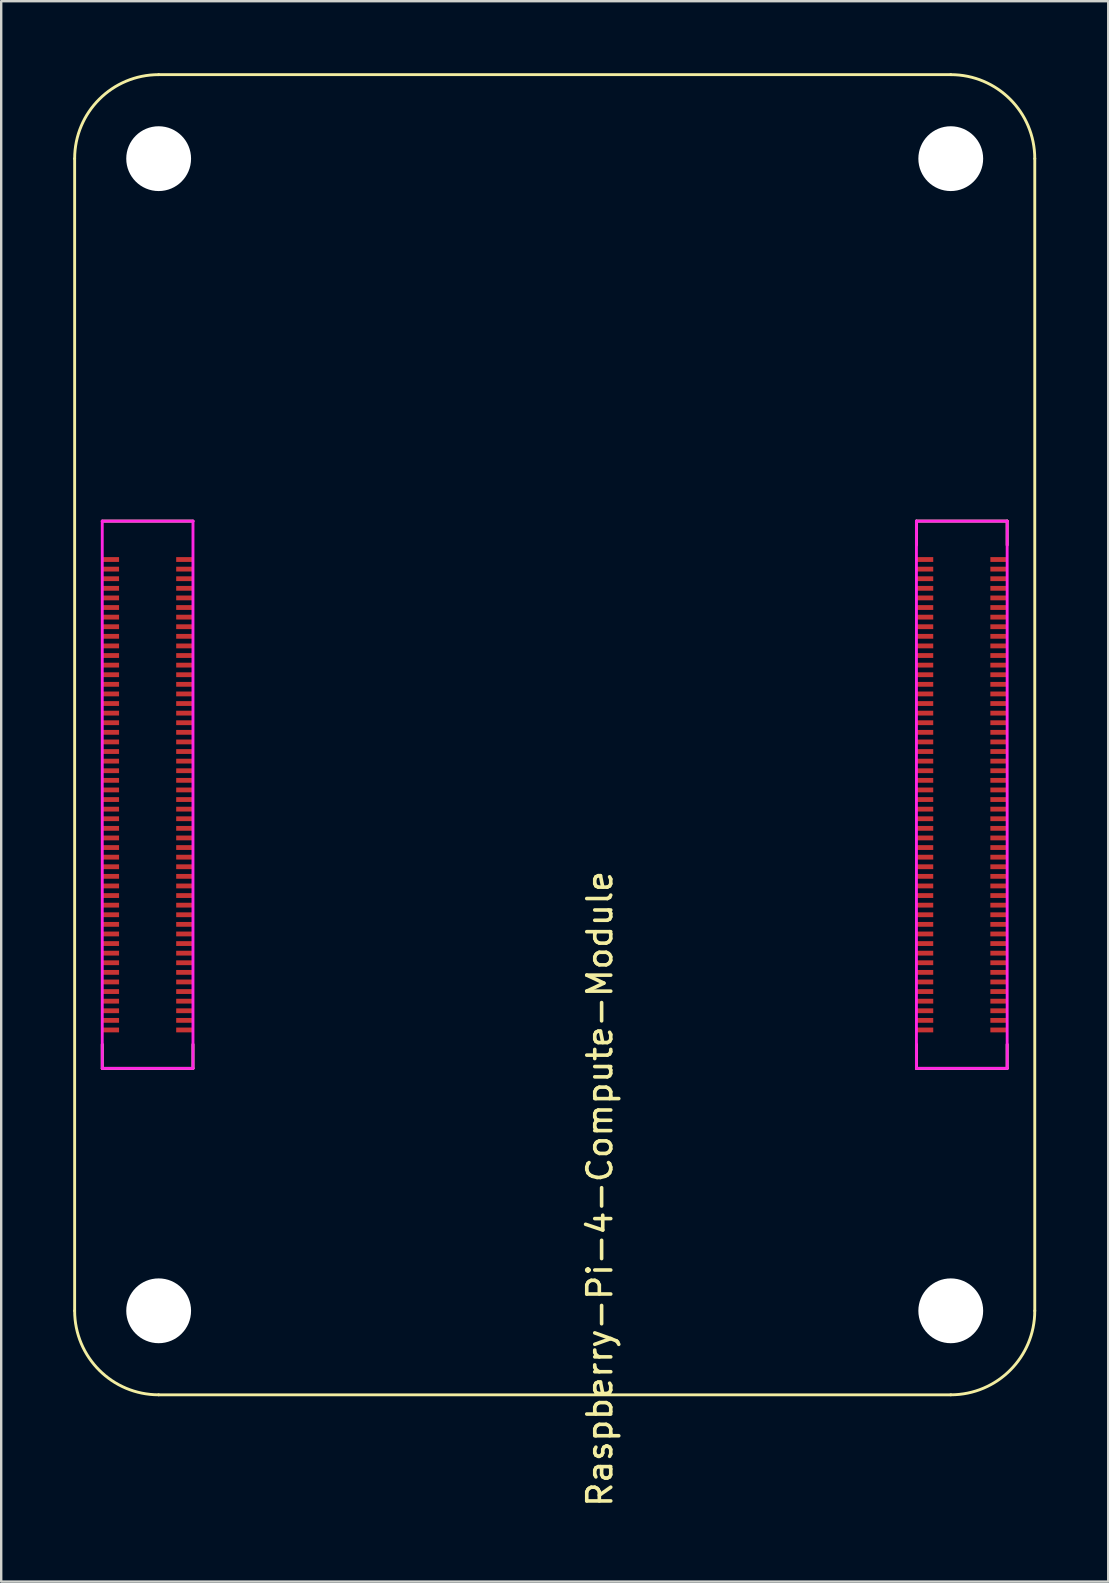
<source format=kicad_pcb>
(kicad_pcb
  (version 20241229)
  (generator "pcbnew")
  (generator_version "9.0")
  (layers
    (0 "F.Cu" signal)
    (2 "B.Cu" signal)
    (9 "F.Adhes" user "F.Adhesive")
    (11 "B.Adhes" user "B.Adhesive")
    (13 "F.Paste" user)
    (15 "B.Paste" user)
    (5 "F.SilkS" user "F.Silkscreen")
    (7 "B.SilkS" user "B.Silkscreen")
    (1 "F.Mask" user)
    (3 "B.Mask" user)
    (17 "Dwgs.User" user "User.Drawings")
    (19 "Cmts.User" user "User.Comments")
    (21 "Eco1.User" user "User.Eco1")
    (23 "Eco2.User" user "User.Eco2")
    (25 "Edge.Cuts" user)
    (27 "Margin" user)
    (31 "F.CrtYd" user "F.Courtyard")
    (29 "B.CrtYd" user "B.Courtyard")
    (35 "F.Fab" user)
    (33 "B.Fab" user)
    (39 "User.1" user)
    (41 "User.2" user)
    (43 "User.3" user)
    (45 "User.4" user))
  (footprint "Raspberry-Pi-4-Compute-Module"
    (layer "F.Cu")
    (at 3.56 51.56)
    (property "Reference" "Raspberry-Pi-4-Compute-Module" (at 18.38 -5.08 270) (layer "F.SilkS") (effects (font (size 1 1) (thickness 0.15))))
    (attr smd)
    (fp_line (start -3.5 -48) (end -3.5 0) (stroke (width 0.12) (type solid)) (layer "F.SilkS"))
    (fp_line (start -2.35 -32.9) (end 1.43 -32.9) (stroke (width 0.12) (type solid)) (layer "F.SilkS"))
    (fp_line (start -2.35 -10.1) (end -2.35 -11.1) (stroke (width 0.12) (type solid)) (layer "F.SilkS"))
    (fp_line (start -2.35 -10.1) (end 1.43 -10.1) (stroke (width 0.12) (type solid)) (layer "F.SilkS"))
    (fp_line (start 0 3.5) (end 33 3.5) (stroke (width 0.12) (type solid)) (layer "F.SilkS"))
    (fp_line (start 1.43 -10.1) (end 1.43 -11.1) (stroke (width 0.12) (type solid)) (layer "F.SilkS"))
    (fp_line (start 31.57 -32.9) (end 31.57 -31.9) (stroke (width 0.12) (type solid)) (layer "F.SilkS"))
    (fp_line (start 31.57 -32.9) (end 35.35 -32.9) (stroke (width 0.12) (type solid)) (layer "F.SilkS"))
    (fp_line (start 31.57 -10.1) (end 31.57 -11.1) (stroke (width 0.12) (type solid)) (layer "F.SilkS"))
    (fp_line (start 31.57 -10.1) (end 35.35 -10.1) (stroke (width 0.12) (type solid)) (layer "F.SilkS"))
    (fp_line (start 33 -51.5) (end 0 -51.5) (stroke (width 0.12) (type solid)) (layer "F.SilkS"))
    (fp_line (start 35.35 -32.9) (end 35.35 -31.9) (stroke (width 0.12) (type solid)) (layer "F.SilkS"))
    (fp_line (start 35.35 -10.1) (end 35.35 -11.1) (stroke (width 0.12) (type solid)) (layer "F.SilkS"))
    (fp_line (start 36.5 0) (end 36.5 -48) (stroke (width 0.12) (type solid)) (layer "F.SilkS"))
    (fp_arc (start -3.5 -48) (mid -2.474874 -50.474874) (end 0 -51.5) (stroke (width 0.12) (type solid)) (layer "F.SilkS"))
    (fp_arc (start 0 3.5) (mid -2.474874 2.474874) (end -3.5 0) (stroke (width 0.12) (type solid)) (layer "F.SilkS"))
    (fp_arc (start 33 -51.5) (mid 35.474874 -50.474874) (end 36.5 -48) (stroke (width 0.12) (type solid)) (layer "F.SilkS"))
    (fp_arc (start 36.5 0) (mid 35.474874 2.474874) (end 33 3.5) (stroke (width 0.12) (type solid)) (layer "F.SilkS"))
    (fp_line (start -2.35 -32.9) (end 1.43 -32.9) (stroke (width 0.12) (type solid)) (layer "F.CrtYd"))
    (fp_line (start -2.35 -10.1) (end -2.35 -32.9) (stroke (width 0.12) (type solid)) (layer "F.CrtYd"))
    (fp_line (start 1.43 -32.9) (end 1.43 -10.1) (stroke (width 0.12) (type solid)) (layer "F.CrtYd"))
    (fp_line (start 1.43 -10.1) (end -2.35 -10.1) (stroke (width 0.12) (type solid)) (layer "F.CrtYd"))
    (fp_line (start 31.57 -32.9) (end 35.35 -32.9) (stroke (width 0.12) (type solid)) (layer "F.CrtYd"))
    (fp_line (start 31.57 -10.1) (end 31.57 -32.9) (stroke (width 0.12) (type solid)) (layer "F.CrtYd"))
    (fp_line (start 35.35 -32.9) (end 35.35 -10.1) (stroke (width 0.12) (type solid)) (layer "F.CrtYd"))
    (fp_line (start 35.35 -10.1) (end 31.57 -10.1) (stroke (width 0.12) (type solid)) (layer "F.CrtYd"))
    (fp_line (start 15.5 -24) (end 17.5 -24) (stroke (width 0.12) (type solid)) (layer "User.1"))
    (fp_line (start 16.5 -25) (end 16.5 -23) (stroke (width 0.12) (type solid)) (layer "User.1"))
    (pad "" np_thru_hole circle (at 0 -48) (size 2.7 2.7) (drill 2.7) (layers "*.Cu" "*.Mask"))
    (pad "" np_thru_hole circle (at 0 0) (size 2.7 2.7) (drill 2.7) (layers "*.Cu" "*.Mask"))
    (pad "" np_thru_hole circle (at 33 -48) (size 2.7 2.7) (drill 2.7) (layers "*.Cu" "*.Mask"))
    (pad "" np_thru_hole circle (at 33 0) (size 2.7 2.7) (drill 2.7) (layers "*.Cu" "*.Mask"))
    (pad "1" smd rect (at -2 -31.3 270) (size 0.2 0.7) (layers "F.Cu" "F.Mask" "F.Paste"))
    (pad "2" smd rect (at 1.08 -31.3 270) (size 0.2 0.7) (layers "F.Cu" "F.Mask" "F.Paste"))
    (pad "3" smd rect (at -2 -30.9 270) (size 0.2 0.7) (layers "F.Cu" "F.Mask" "F.Paste"))
    (pad "4" smd rect (at 1.08 -30.9 270) (size 0.2 0.7) (layers "F.Cu" "F.Mask" "F.Paste"))
    (pad "5" smd rect (at -2 -30.5 270) (size 0.2 0.7) (layers "F.Cu" "F.Mask" "F.Paste"))
    (pad "6" smd rect (at 1.08 -30.5 270) (size 0.2 0.7) (layers "F.Cu" "F.Mask" "F.Paste"))
    (pad "7" smd rect (at -2 -30.1 270) (size 0.2 0.7) (layers "F.Cu" "F.Mask" "F.Paste"))
    (pad "8" smd rect (at 1.08 -30.1 270) (size 0.2 0.7) (layers "F.Cu" "F.Mask" "F.Paste"))
    (pad "9" smd rect (at -2 -29.7 270) (size 0.2 0.7) (layers "F.Cu" "F.Mask" "F.Paste"))
    (pad "10" smd rect (at 1.08 -29.7 270) (size 0.2 0.7) (layers "F.Cu" "F.Mask" "F.Paste"))
    (pad "11" smd rect (at -2 -29.3 270) (size 0.2 0.7) (layers "F.Cu" "F.Mask" "F.Paste"))
    (pad "12" smd rect (at 1.08 -29.3 270) (size 0.2 0.7) (layers "F.Cu" "F.Mask" "F.Paste"))
    (pad "13" smd rect (at -2 -28.9 270) (size 0.2 0.7) (layers "F.Cu" "F.Mask" "F.Paste"))
    (pad "14" smd rect (at 1.08 -28.9 270) (size 0.2 0.7) (layers "F.Cu" "F.Mask" "F.Paste"))
    (pad "15" smd rect (at -2 -28.5 270) (size 0.2 0.7) (layers "F.Cu" "F.Mask" "F.Paste"))
    (pad "16" smd rect (at 1.08 -28.5 270) (size 0.2 0.7) (layers "F.Cu" "F.Mask" "F.Paste"))
    (pad "17" smd rect (at -2 -28.1 270) (size 0.2 0.7) (layers "F.Cu" "F.Mask" "F.Paste"))
    (pad "18" smd rect (at 1.08 -28.1 270) (size 0.2 0.7) (layers "F.Cu" "F.Mask" "F.Paste"))
    (pad "19" smd rect (at -2 -27.7 270) (size 0.2 0.7) (layers "F.Cu" "F.Mask" "F.Paste"))
    (pad "20" smd rect (at 1.08 -27.7 270) (size 0.2 0.7) (layers "F.Cu" "F.Mask" "F.Paste"))
    (pad "21" smd rect (at -2 -27.3 270) (size 0.2 0.7) (layers "F.Cu" "F.Mask" "F.Paste"))
    (pad "22" smd rect (at 1.08 -27.3 270) (size 0.2 0.7) (layers "F.Cu" "F.Mask" "F.Paste"))
    (pad "23" smd rect (at -2 -26.9 270) (size 0.2 0.7) (layers "F.Cu" "F.Mask" "F.Paste"))
    (pad "24" smd rect (at 1.08 -26.9 270) (size 0.2 0.7) (layers "F.Cu" "F.Mask" "F.Paste"))
    (pad "25" smd rect (at -2 -26.5 270) (size 0.2 0.7) (layers "F.Cu" "F.Mask" "F.Paste"))
    (pad "26" smd rect (at 1.08 -26.5 270) (size 0.2 0.7) (layers "F.Cu" "F.Mask" "F.Paste"))
    (pad "27" smd rect (at -2 -26.1 270) (size 0.2 0.7) (layers "F.Cu" "F.Mask" "F.Paste"))
    (pad "28" smd rect (at 1.08 -26.1 270) (size 0.2 0.7) (layers "F.Cu" "F.Mask" "F.Paste"))
    (pad "29" smd rect (at -2 -25.7 270) (size 0.2 0.7) (layers "F.Cu" "F.Mask" "F.Paste"))
    (pad "30" smd rect (at 1.08 -25.7 270) (size 0.2 0.7) (layers "F.Cu" "F.Mask" "F.Paste"))
    (pad "31" smd rect (at -2 -25.3 270) (size 0.2 0.7) (layers "F.Cu" "F.Mask" "F.Paste"))
    (pad "32" smd rect (at 1.08 -25.3 270) (size 0.2 0.7) (layers "F.Cu" "F.Mask" "F.Paste"))
    (pad "33" smd rect (at -2 -24.9 270) (size 0.2 0.7) (layers "F.Cu" "F.Mask" "F.Paste"))
    (pad "34" smd rect (at 1.08 -24.9 270) (size 0.2 0.7) (layers "F.Cu" "F.Mask" "F.Paste"))
    (pad "35" smd rect (at -2 -24.5 270) (size 0.2 0.7) (layers "F.Cu" "F.Mask" "F.Paste"))
    (pad "36" smd rect (at 1.08 -24.5 270) (size 0.2 0.7) (layers "F.Cu" "F.Mask" "F.Paste"))
    (pad "37" smd rect (at -2 -24.1 270) (size 0.2 0.7) (layers "F.Cu" "F.Mask" "F.Paste"))
    (pad "38" smd rect (at 1.08 -24.1 270) (size 0.2 0.7) (layers "F.Cu" "F.Mask" "F.Paste"))
    (pad "39" smd rect (at -2 -23.7 270) (size 0.2 0.7) (layers "F.Cu" "F.Mask" "F.Paste"))
    (pad "40" smd rect (at 1.08 -23.7 270) (size 0.2 0.7) (layers "F.Cu" "F.Mask" "F.Paste"))
    (pad "41" smd rect (at -2 -23.3 270) (size 0.2 0.7) (layers "F.Cu" "F.Mask" "F.Paste"))
    (pad "42" smd rect (at 1.08 -23.3 270) (size 0.2 0.7) (layers "F.Cu" "F.Mask" "F.Paste"))
    (pad "43" smd rect (at -2 -22.9 270) (size 0.2 0.7) (layers "F.Cu" "F.Mask" "F.Paste"))
    (pad "44" smd rect (at 1.08 -22.9 270) (size 0.2 0.7) (layers "F.Cu" "F.Mask" "F.Paste"))
    (pad "45" smd rect (at -2 -22.5 270) (size 0.2 0.7) (layers "F.Cu" "F.Mask" "F.Paste"))
    (pad "46" smd rect (at 1.08 -22.5 270) (size 0.2 0.7) (layers "F.Cu" "F.Mask" "F.Paste"))
    (pad "47" smd rect (at -2 -22.1 270) (size 0.2 0.7) (layers "F.Cu" "F.Mask" "F.Paste"))
    (pad "48" smd rect (at 1.08 -22.1 270) (size 0.2 0.7) (layers "F.Cu" "F.Mask" "F.Paste"))
    (pad "49" smd rect (at -2 -21.7 270) (size 0.2 0.7) (layers "F.Cu" "F.Mask" "F.Paste"))
    (pad "50" smd rect (at 1.08 -21.7 270) (size 0.2 0.7) (layers "F.Cu" "F.Mask" "F.Paste"))
    (pad "51" smd rect (at -2 -21.3 270) (size 0.2 0.7) (layers "F.Cu" "F.Mask" "F.Paste"))
    (pad "52" smd rect (at 1.08 -21.3 270) (size 0.2 0.7) (layers "F.Cu" "F.Mask" "F.Paste"))
    (pad "53" smd rect (at -2 -20.9 270) (size 0.2 0.7) (layers "F.Cu" "F.Mask" "F.Paste"))
    (pad "54" smd rect (at 1.08 -20.9 270) (size 0.2 0.7) (layers "F.Cu" "F.Mask" "F.Paste"))
    (pad "55" smd rect (at -2 -20.5 270) (size 0.2 0.7) (layers "F.Cu" "F.Mask" "F.Paste"))
    (pad "56" smd rect (at 1.08 -20.5 270) (size 0.2 0.7) (layers "F.Cu" "F.Mask" "F.Paste"))
    (pad "57" smd rect (at -2 -20.1 270) (size 0.2 0.7) (layers "F.Cu" "F.Mask" "F.Paste"))
    (pad "58" smd rect (at 1.08 -20.1 270) (size 0.2 0.7) (layers "F.Cu" "F.Mask" "F.Paste"))
    (pad "59" smd rect (at -2 -19.7 270) (size 0.2 0.7) (layers "F.Cu" "F.Mask" "F.Paste"))
    (pad "60" smd rect (at 1.08 -19.7 270) (size 0.2 0.7) (layers "F.Cu" "F.Mask" "F.Paste"))
    (pad "61" smd rect (at -2 -19.3 270) (size 0.2 0.7) (layers "F.Cu" "F.Mask" "F.Paste"))
    (pad "62" smd rect (at 1.08 -19.3 270) (size 0.2 0.7) (layers "F.Cu" "F.Mask" "F.Paste"))
    (pad "63" smd rect (at -2 -18.9 270) (size 0.2 0.7) (layers "F.Cu" "F.Mask" "F.Paste"))
    (pad "64" smd rect (at 1.08 -18.9 270) (size 0.2 0.7) (layers "F.Cu" "F.Mask" "F.Paste"))
    (pad "65" smd rect (at -2 -18.5 270) (size 0.2 0.7) (layers "F.Cu" "F.Mask" "F.Paste"))
    (pad "66" smd rect (at 1.08 -18.5 270) (size 0.2 0.7) (layers "F.Cu" "F.Mask" "F.Paste"))
    (pad "67" smd rect (at -2 -18.1 270) (size 0.2 0.7) (layers "F.Cu" "F.Mask" "F.Paste"))
    (pad "68" smd rect (at 1.08 -18.1 270) (size 0.2 0.7) (layers "F.Cu" "F.Mask" "F.Paste"))
    (pad "69" smd rect (at -2 -17.7 270) (size 0.2 0.7) (layers "F.Cu" "F.Mask" "F.Paste"))
    (pad "70" smd rect (at 1.08 -17.7 270) (size 0.2 0.7) (layers "F.Cu" "F.Mask" "F.Paste"))
    (pad "71" smd rect (at -2 -17.3 270) (size 0.2 0.7) (layers "F.Cu" "F.Mask" "F.Paste"))
    (pad "72" smd rect (at 1.08 -17.3 270) (size 0.2 0.7) (layers "F.Cu" "F.Mask" "F.Paste"))
    (pad "73" smd rect (at -2 -16.9 270) (size 0.2 0.7) (layers "F.Cu" "F.Mask" "F.Paste"))
    (pad "74" smd rect (at 1.08 -16.9 270) (size 0.2 0.7) (layers "F.Cu" "F.Mask" "F.Paste"))
    (pad "75" smd rect (at -2 -16.5 270) (size 0.2 0.7) (layers "F.Cu" "F.Mask" "F.Paste"))
    (pad "76" smd rect (at 1.08 -16.5 270) (size 0.2 0.7) (layers "F.Cu" "F.Mask" "F.Paste"))
    (pad "77" smd rect (at -2 -16.1 270) (size 0.2 0.7) (layers "F.Cu" "F.Mask" "F.Paste"))
    (pad "78" smd rect (at 1.08 -16.1 270) (size 0.2 0.7) (layers "F.Cu" "F.Mask" "F.Paste"))
    (pad "79" smd rect (at -2 -15.7 270) (size 0.2 0.7) (layers "F.Cu" "F.Mask" "F.Paste"))
    (pad "80" smd rect (at 1.08 -15.7 270) (size 0.2 0.7) (layers "F.Cu" "F.Mask" "F.Paste"))
    (pad "81" smd rect (at -2 -15.3 270) (size 0.2 0.7) (layers "F.Cu" "F.Mask" "F.Paste"))
    (pad "82" smd rect (at 1.08 -15.3 270) (size 0.2 0.7) (layers "F.Cu" "F.Mask" "F.Paste"))
    (pad "83" smd rect (at -2 -14.9 270) (size 0.2 0.7) (layers "F.Cu" "F.Mask" "F.Paste"))
    (pad "84" smd rect (at 1.08 -14.9 270) (size 0.2 0.7) (layers "F.Cu" "F.Mask" "F.Paste"))
    (pad "85" smd rect (at -2 -14.5 270) (size 0.2 0.7) (layers "F.Cu" "F.Mask" "F.Paste"))
    (pad "86" smd rect (at 1.08 -14.5 270) (size 0.2 0.7) (layers "F.Cu" "F.Mask" "F.Paste"))
    (pad "87" smd rect (at -2 -14.1 270) (size 0.2 0.7) (layers "F.Cu" "F.Mask" "F.Paste"))
    (pad "88" smd rect (at 1.08 -14.1 270) (size 0.2 0.7) (layers "F.Cu" "F.Mask" "F.Paste"))
    (pad "89" smd rect (at -2 -13.7 270) (size 0.2 0.7) (layers "F.Cu" "F.Mask" "F.Paste"))
    (pad "90" smd rect (at 1.08 -13.7 270) (size 0.2 0.7) (layers "F.Cu" "F.Mask" "F.Paste"))
    (pad "91" smd rect (at -2 -13.3 270) (size 0.2 0.7) (layers "F.Cu" "F.Mask" "F.Paste"))
    (pad "92" smd rect (at 1.08 -13.3 270) (size 0.2 0.7) (layers "F.Cu" "F.Mask" "F.Paste"))
    (pad "93" smd rect (at -2 -12.9 270) (size 0.2 0.7) (layers "F.Cu" "F.Mask" "F.Paste"))
    (pad "94" smd rect (at 1.08 -12.9 270) (size 0.2 0.7) (layers "F.Cu" "F.Mask" "F.Paste"))
    (pad "95" smd rect (at -2 -12.5 270) (size 0.2 0.7) (layers "F.Cu" "F.Mask" "F.Paste"))
    (pad "96" smd rect (at 1.08 -12.5 270) (size 0.2 0.7) (layers "F.Cu" "F.Mask" "F.Paste"))
    (pad "97" smd rect (at -2 -12.1 270) (size 0.2 0.7) (layers "F.Cu" "F.Mask" "F.Paste"))
    (pad "98" smd rect (at 1.08 -12.1 270) (size 0.2 0.7) (layers "F.Cu" "F.Mask" "F.Paste"))
    (pad "99" smd rect (at -2 -11.7 270) (size 0.2 0.7) (layers "F.Cu" "F.Mask" "F.Paste"))
    (pad "100" smd rect (at 1.08 -11.7 270) (size 0.2 0.7) (layers "F.Cu" "F.Mask" "F.Paste"))
    (pad "101" smd rect (at 31.92 -31.3 270) (size 0.2 0.7) (layers "F.Cu" "F.Mask" "F.Paste"))
    (pad "102" smd rect (at 35 -31.3 270) (size 0.2 0.7) (layers "F.Cu" "F.Mask" "F.Paste"))
    (pad "103" smd rect (at 31.92 -30.9 270) (size 0.2 0.7) (layers "F.Cu" "F.Mask" "F.Paste"))
    (pad "104" smd rect (at 35 -30.9 270) (size 0.2 0.7) (layers "F.Cu" "F.Mask" "F.Paste"))
    (pad "105" smd rect (at 31.92 -30.5 270) (size 0.2 0.7) (layers "F.Cu" "F.Mask" "F.Paste"))
    (pad "106" smd rect (at 35 -30.5 270) (size 0.2 0.7) (layers "F.Cu" "F.Mask" "F.Paste"))
    (pad "107" smd rect (at 31.92 -30.1 270) (size 0.2 0.7) (layers "F.Cu" "F.Mask" "F.Paste"))
    (pad "108" smd rect (at 35 -30.1 270) (size 0.2 0.7) (layers "F.Cu" "F.Mask" "F.Paste"))
    (pad "109" smd rect (at 31.92 -29.7 270) (size 0.2 0.7) (layers "F.Cu" "F.Mask" "F.Paste"))
    (pad "110" smd rect (at 35 -29.7 270) (size 0.2 0.7) (layers "F.Cu" "F.Mask" "F.Paste"))
    (pad "111" smd rect (at 31.92 -29.3 270) (size 0.2 0.7) (layers "F.Cu" "F.Mask" "F.Paste"))
    (pad "112" smd rect (at 35 -29.3 270) (size 0.2 0.7) (layers "F.Cu" "F.Mask" "F.Paste"))
    (pad "113" smd rect (at 31.92 -28.9 270) (size 0.2 0.7) (layers "F.Cu" "F.Mask" "F.Paste"))
    (pad "114" smd rect (at 35 -28.9 270) (size 0.2 0.7) (layers "F.Cu" "F.Mask" "F.Paste"))
    (pad "115" smd rect (at 31.92 -28.5 270) (size 0.2 0.7) (layers "F.Cu" "F.Mask" "F.Paste"))
    (pad "116" smd rect (at 35 -28.5 270) (size 0.2 0.7) (layers "F.Cu" "F.Mask" "F.Paste"))
    (pad "117" smd rect (at 31.92 -28.1 270) (size 0.2 0.7) (layers "F.Cu" "F.Mask" "F.Paste"))
    (pad "118" smd rect (at 35 -28.1 270) (size 0.2 0.7) (layers "F.Cu" "F.Mask" "F.Paste"))
    (pad "119" smd rect (at 31.92 -27.7 270) (size 0.2 0.7) (layers "F.Cu" "F.Mask" "F.Paste"))
    (pad "120" smd rect (at 35 -27.7 270) (size 0.2 0.7) (layers "F.Cu" "F.Mask" "F.Paste"))
    (pad "121" smd rect (at 31.92 -27.3 270) (size 0.2 0.7) (layers "F.Cu" "F.Mask" "F.Paste"))
    (pad "122" smd rect (at 35 -27.3 270) (size 0.2 0.7) (layers "F.Cu" "F.Mask" "F.Paste"))
    (pad "123" smd rect (at 31.92 -26.9 270) (size 0.2 0.7) (layers "F.Cu" "F.Mask" "F.Paste"))
    (pad "124" smd rect (at 35 -26.9 270) (size 0.2 0.7) (layers "F.Cu" "F.Mask" "F.Paste"))
    (pad "125" smd rect (at 31.92 -26.5 270) (size 0.2 0.7) (layers "F.Cu" "F.Mask" "F.Paste"))
    (pad "126" smd rect (at 35 -26.5 270) (size 0.2 0.7) (layers "F.Cu" "F.Mask" "F.Paste"))
    (pad "127" smd rect (at 31.92 -26.1 270) (size 0.2 0.7) (layers "F.Cu" "F.Mask" "F.Paste"))
    (pad "128" smd rect (at 35 -26.1 270) (size 0.2 0.7) (layers "F.Cu" "F.Mask" "F.Paste"))
    (pad "129" smd rect (at 31.92 -25.7 270) (size 0.2 0.7) (layers "F.Cu" "F.Mask" "F.Paste"))
    (pad "130" smd rect (at 35 -25.7 270) (size 0.2 0.7) (layers "F.Cu" "F.Mask" "F.Paste"))
    (pad "131" smd rect (at 31.92 -25.3 270) (size 0.2 0.7) (layers "F.Cu" "F.Mask" "F.Paste"))
    (pad "132" smd rect (at 35 -25.3 270) (size 0.2 0.7) (layers "F.Cu" "F.Mask" "F.Paste"))
    (pad "133" smd rect (at 31.92 -24.9 270) (size 0.2 0.7) (layers "F.Cu" "F.Mask" "F.Paste"))
    (pad "134" smd rect (at 35 -24.9 270) (size 0.2 0.7) (layers "F.Cu" "F.Mask" "F.Paste"))
    (pad "135" smd rect (at 31.92 -24.5 270) (size 0.2 0.7) (layers "F.Cu" "F.Mask" "F.Paste"))
    (pad "136" smd rect (at 35 -24.5 270) (size 0.2 0.7) (layers "F.Cu" "F.Mask" "F.Paste"))
    (pad "137" smd rect (at 31.92 -24.1 270) (size 0.2 0.7) (layers "F.Cu" "F.Mask" "F.Paste"))
    (pad "138" smd rect (at 35 -24.1 270) (size 0.2 0.7) (layers "F.Cu" "F.Mask" "F.Paste"))
    (pad "139" smd rect (at 31.92 -23.7 270) (size 0.2 0.7) (layers "F.Cu" "F.Mask" "F.Paste"))
    (pad "140" smd rect (at 35 -23.7 270) (size 0.2 0.7) (layers "F.Cu" "F.Mask" "F.Paste"))
    (pad "141" smd rect (at 31.92 -23.3 270) (size 0.2 0.7) (layers "F.Cu" "F.Mask" "F.Paste"))
    (pad "142" smd rect (at 35 -23.3 270) (size 0.2 0.7) (layers "F.Cu" "F.Mask" "F.Paste"))
    (pad "143" smd rect (at 31.92 -22.9 270) (size 0.2 0.7) (layers "F.Cu" "F.Mask" "F.Paste"))
    (pad "144" smd rect (at 35 -22.9 270) (size 0.2 0.7) (layers "F.Cu" "F.Mask" "F.Paste"))
    (pad "145" smd rect (at 31.92 -22.5 270) (size 0.2 0.7) (layers "F.Cu" "F.Mask" "F.Paste"))
    (pad "146" smd rect (at 35 -22.5 270) (size 0.2 0.7) (layers "F.Cu" "F.Mask" "F.Paste"))
    (pad "147" smd rect (at 31.92 -22.1 270) (size 0.2 0.7) (layers "F.Cu" "F.Mask" "F.Paste"))
    (pad "148" smd rect (at 35 -22.1 270) (size 0.2 0.7) (layers "F.Cu" "F.Mask" "F.Paste"))
    (pad "149" smd rect (at 31.92 -21.7 270) (size 0.2 0.7) (layers "F.Cu" "F.Mask" "F.Paste"))
    (pad "150" smd rect (at 35 -21.7 270) (size 0.2 0.7) (layers "F.Cu" "F.Mask" "F.Paste"))
    (pad "151" smd rect (at 31.92 -21.3 270) (size 0.2 0.7) (layers "F.Cu" "F.Mask" "F.Paste"))
    (pad "152" smd rect (at 35 -21.3 270) (size 0.2 0.7) (layers "F.Cu" "F.Mask" "F.Paste"))
    (pad "153" smd rect (at 31.92 -20.9 270) (size 0.2 0.7) (layers "F.Cu" "F.Mask" "F.Paste"))
    (pad "154" smd rect (at 35 -20.9 270) (size 0.2 0.7) (layers "F.Cu" "F.Mask" "F.Paste"))
    (pad "155" smd rect (at 31.92 -20.5 270) (size 0.2 0.7) (layers "F.Cu" "F.Mask" "F.Paste"))
    (pad "156" smd rect (at 35 -20.5 270) (size 0.2 0.7) (layers "F.Cu" "F.Mask" "F.Paste"))
    (pad "157" smd rect (at 31.92 -20.1 270) (size 0.2 0.7) (layers "F.Cu" "F.Mask" "F.Paste"))
    (pad "158" smd rect (at 35 -20.1 270) (size 0.2 0.7) (layers "F.Cu" "F.Mask" "F.Paste"))
    (pad "159" smd rect (at 31.92 -19.7 270) (size 0.2 0.7) (layers "F.Cu" "F.Mask" "F.Paste"))
    (pad "160" smd rect (at 35 -19.7 270) (size 0.2 0.7) (layers "F.Cu" "F.Mask" "F.Paste"))
    (pad "161" smd rect (at 31.92 -19.3 270) (size 0.2 0.7) (layers "F.Cu" "F.Mask" "F.Paste"))
    (pad "162" smd rect (at 35 -19.3 270) (size 0.2 0.7) (layers "F.Cu" "F.Mask" "F.Paste"))
    (pad "163" smd rect (at 31.92 -18.9 270) (size 0.2 0.7) (layers "F.Cu" "F.Mask" "F.Paste"))
    (pad "164" smd rect (at 35 -18.9 270) (size 0.2 0.7) (layers "F.Cu" "F.Mask" "F.Paste"))
    (pad "165" smd rect (at 31.92 -18.5 270) (size 0.2 0.7) (layers "F.Cu" "F.Mask" "F.Paste"))
    (pad "166" smd rect (at 35 -18.5 270) (size 0.2 0.7) (layers "F.Cu" "F.Mask" "F.Paste"))
    (pad "167" smd rect (at 31.92 -18.1 270) (size 0.2 0.7) (layers "F.Cu" "F.Mask" "F.Paste"))
    (pad "168" smd rect (at 35 -18.1 270) (size 0.2 0.7) (layers "F.Cu" "F.Mask" "F.Paste"))
    (pad "169" smd rect (at 31.92 -17.7 270) (size 0.2 0.7) (layers "F.Cu" "F.Mask" "F.Paste"))
    (pad "170" smd rect (at 35 -17.7 270) (size 0.2 0.7) (layers "F.Cu" "F.Mask" "F.Paste"))
    (pad "171" smd rect (at 31.92 -17.3 270) (size 0.2 0.7) (layers "F.Cu" "F.Mask" "F.Paste"))
    (pad "172" smd rect (at 35 -17.3 270) (size 0.2 0.7) (layers "F.Cu" "F.Mask" "F.Paste"))
    (pad "173" smd rect (at 31.92 -16.9 270) (size 0.2 0.7) (layers "F.Cu" "F.Mask" "F.Paste"))
    (pad "174" smd rect (at 35 -16.9 270) (size 0.2 0.7) (layers "F.Cu" "F.Mask" "F.Paste"))
    (pad "175" smd rect (at 31.92 -16.5 270) (size 0.2 0.7) (layers "F.Cu" "F.Mask" "F.Paste"))
    (pad "176" smd rect (at 35 -16.5 270) (size 0.2 0.7) (layers "F.Cu" "F.Mask" "F.Paste"))
    (pad "177" smd rect (at 31.92 -16.1 270) (size 0.2 0.7) (layers "F.Cu" "F.Mask" "F.Paste"))
    (pad "178" smd rect (at 35 -16.1 270) (size 0.2 0.7) (layers "F.Cu" "F.Mask" "F.Paste"))
    (pad "179" smd rect (at 31.92 -15.7 270) (size 0.2 0.7) (layers "F.Cu" "F.Mask" "F.Paste"))
    (pad "180" smd rect (at 35 -15.7 270) (size 0.2 0.7) (layers "F.Cu" "F.Mask" "F.Paste"))
    (pad "181" smd rect (at 31.92 -15.3 270) (size 0.2 0.7) (layers "F.Cu" "F.Mask" "F.Paste"))
    (pad "182" smd rect (at 35 -15.3 270) (size 0.2 0.7) (layers "F.Cu" "F.Mask" "F.Paste"))
    (pad "183" smd rect (at 31.92 -14.9 270) (size 0.2 0.7) (layers "F.Cu" "F.Mask" "F.Paste"))
    (pad "184" smd rect (at 35 -14.9 270) (size 0.2 0.7) (layers "F.Cu" "F.Mask" "F.Paste"))
    (pad "185" smd rect (at 31.92 -14.5 270) (size 0.2 0.7) (layers "F.Cu" "F.Mask" "F.Paste"))
    (pad "186" smd rect (at 35 -14.5 270) (size 0.2 0.7) (layers "F.Cu" "F.Mask" "F.Paste"))
    (pad "187" smd rect (at 31.92 -14.1 270) (size 0.2 0.7) (layers "F.Cu" "F.Mask" "F.Paste"))
    (pad "188" smd rect (at 35 -14.1 270) (size 0.2 0.7) (layers "F.Cu" "F.Mask" "F.Paste"))
    (pad "189" smd rect (at 31.92 -13.7 270) (size 0.2 0.7) (layers "F.Cu" "F.Mask" "F.Paste"))
    (pad "190" smd rect (at 35 -13.7 270) (size 0.2 0.7) (layers "F.Cu" "F.Mask" "F.Paste"))
    (pad "191" smd rect (at 31.92 -13.3 270) (size 0.2 0.7) (layers "F.Cu" "F.Mask" "F.Paste"))
    (pad "192" smd rect (at 35 -13.3 270) (size 0.2 0.7) (layers "F.Cu" "F.Mask" "F.Paste"))
    (pad "193" smd rect (at 31.92 -12.9 270) (size 0.2 0.7) (layers "F.Cu" "F.Mask" "F.Paste"))
    (pad "194" smd rect (at 35 -12.9 270) (size 0.2 0.7) (layers "F.Cu" "F.Mask" "F.Paste"))
    (pad "195" smd rect (at 31.92 -12.5 270) (size 0.2 0.7) (layers "F.Cu" "F.Mask" "F.Paste"))
    (pad "196" smd rect (at 35 -12.5 270) (size 0.2 0.7) (layers "F.Cu" "F.Mask" "F.Paste"))
    (pad "197" smd rect (at 31.92 -12.1 270) (size 0.2 0.7) (layers "F.Cu" "F.Mask" "F.Paste"))
    (pad "198" smd rect (at 35 -12.1 270) (size 0.2 0.7) (layers "F.Cu" "F.Mask" "F.Paste"))
    (pad "199" smd rect (at 31.92 -11.7 270) (size 0.2 0.7) (layers "F.Cu" "F.Mask" "F.Paste"))
    (pad "200" smd rect (at 35 -11.7 270) (size 0.2 0.7) (layers "F.Cu" "F.Mask" "F.Paste")))
  (gr_rect
    (start -3 -3)
    (end 43.12 62.843)
    (stroke (width 0.1) (type default))
    (fill no)
    (layer "Edge.Cuts")))
</source>
